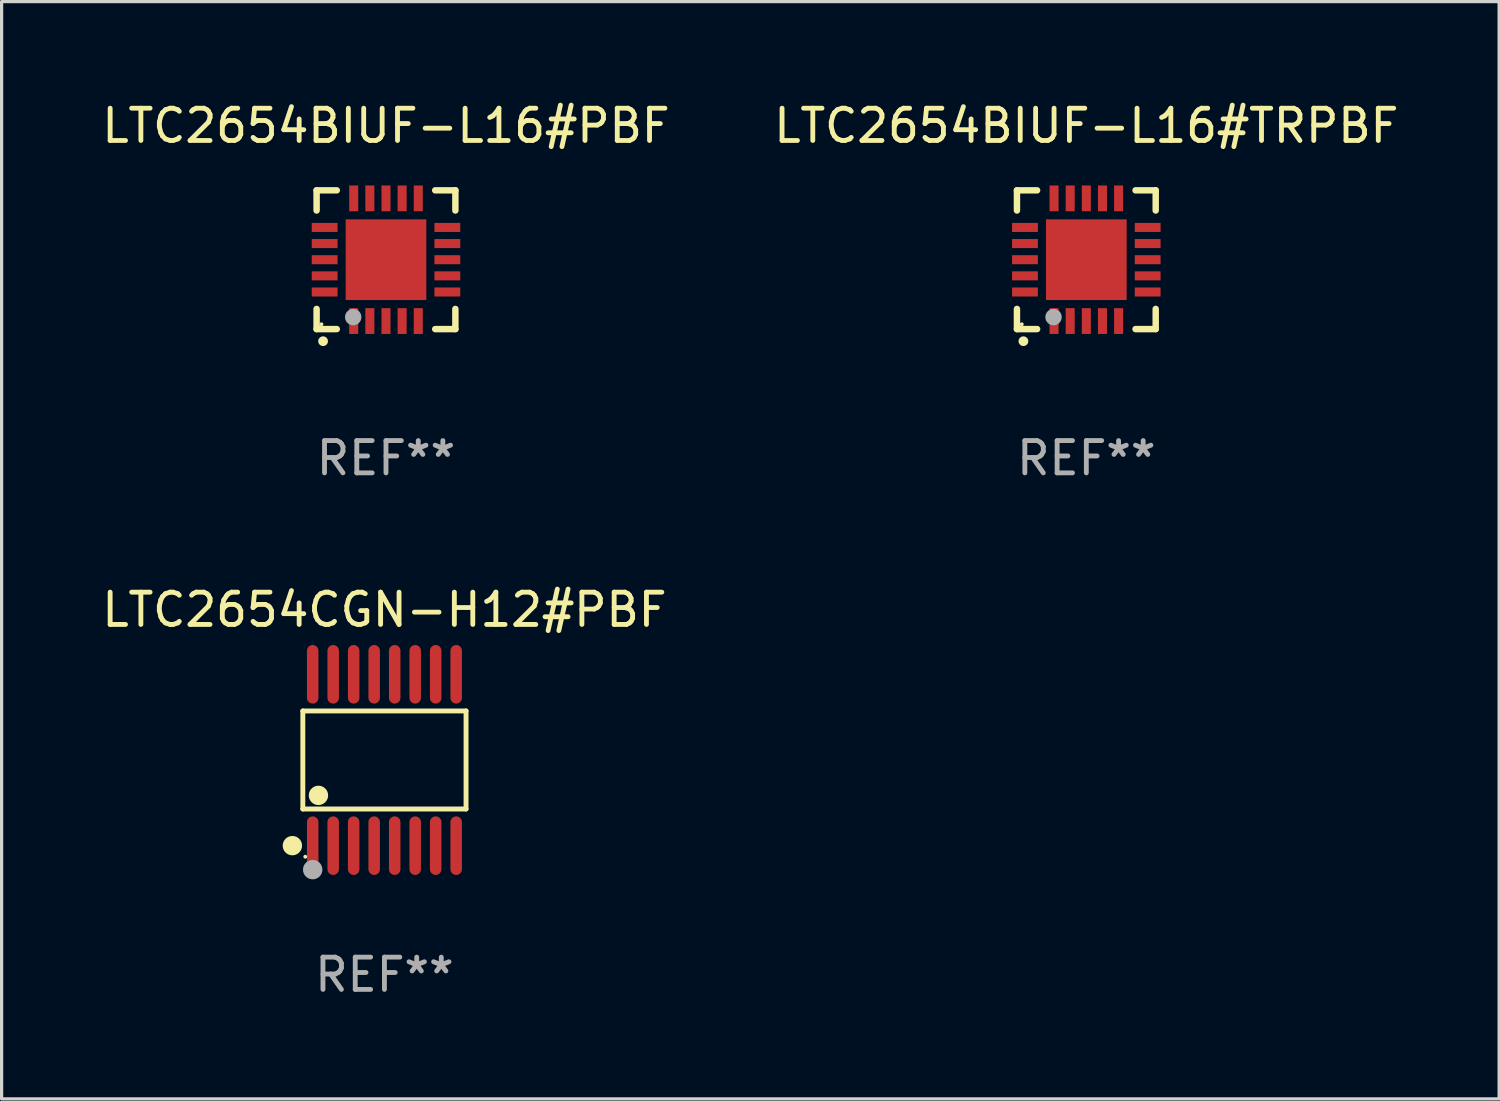
<source format=kicad_pcb>
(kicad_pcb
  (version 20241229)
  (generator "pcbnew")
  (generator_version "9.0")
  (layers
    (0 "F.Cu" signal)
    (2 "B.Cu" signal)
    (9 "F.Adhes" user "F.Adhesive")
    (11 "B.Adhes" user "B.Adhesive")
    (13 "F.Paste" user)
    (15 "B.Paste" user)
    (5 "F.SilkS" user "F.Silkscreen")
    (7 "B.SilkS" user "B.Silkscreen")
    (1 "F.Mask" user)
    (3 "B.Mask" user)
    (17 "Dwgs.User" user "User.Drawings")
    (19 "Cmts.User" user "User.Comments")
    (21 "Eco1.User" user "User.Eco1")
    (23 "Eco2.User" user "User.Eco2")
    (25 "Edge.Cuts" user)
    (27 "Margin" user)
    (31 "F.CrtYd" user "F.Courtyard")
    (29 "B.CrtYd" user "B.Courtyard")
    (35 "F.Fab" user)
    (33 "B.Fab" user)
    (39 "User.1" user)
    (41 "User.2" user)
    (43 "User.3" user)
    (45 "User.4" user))
  (footprint "LTC2654CGN-H12#PBF"
    (layer "F.Cu")
    (at 8.863 20.5)
    (property "Reference" "LTC2654CGN-H12#PBF" (at 0 -4.655 0) (layer "F.SilkS") (effects (font (size 1 1) (thickness 0.15))))
    (attr through_hole)
    (fp_line (start -2.529 -1.519) (end 2.529 -1.519) (stroke (width 0.152) (type solid)) (layer "F.SilkS"))
    (fp_line (start -2.529 1.519) (end -2.529 -1.519) (stroke (width 0.152) (type solid)) (layer "F.SilkS"))
    (fp_line (start 2.529 -1.519) (end 2.529 1.519) (stroke (width 0.152) (type solid)) (layer "F.SilkS"))
    (fp_line (start 2.529 1.519) (end -2.529 1.519) (stroke (width 0.152) (type solid)) (layer "F.SilkS"))
    (fp_circle (center -2.853 2.655) (end -2.703 2.655) (stroke (width 0.3) (type solid)) (fill no) (layer "F.SilkS"))
    (fp_circle (center -2.453 2.998) (end -2.423 2.998) (stroke (width 0.06) (type solid)) (fill no) (layer "F.SilkS"))
    (fp_circle (center -2.045 1.097) (end -1.895 1.097) (stroke (width 0.3) (type solid)) (fill no) (layer "F.SilkS"))
    (fp_circle (center -2.223 3.398) (end -2.072 3.398) (stroke (width 0.3) (type solid)) (fill no) (layer "F.Fab"))
    (fp_text user "REF**" (at 0 6.655 0) (layer "F.Fab") (effects (font (size 1 1) (thickness 0.15))))
    (pad "1" smd oval (at -2.223 2.655) (size 0.356 1.815) (layers "F.Cu" "F.Mask" "F.Paste"))
    (pad "2" smd oval (at -1.588 2.655) (size 0.356 1.815) (layers "F.Cu" "F.Mask" "F.Paste"))
    (pad "3" smd oval (at -0.953 2.655) (size 0.356 1.815) (layers "F.Cu" "F.Mask" "F.Paste"))
    (pad "4" smd oval (at -0.318 2.655) (size 0.356 1.815) (layers "F.Cu" "F.Mask" "F.Paste"))
    (pad "5" smd oval (at 0.318 2.655) (size 0.356 1.815) (layers "F.Cu" "F.Mask" "F.Paste"))
    (pad "6" smd oval (at 0.953 2.655) (size 0.356 1.815) (layers "F.Cu" "F.Mask" "F.Paste"))
    (pad "7" smd oval (at 1.588 2.655) (size 0.356 1.815) (layers "F.Cu" "F.Mask" "F.Paste"))
    (pad "8" smd oval (at 2.223 2.655) (size 0.356 1.815) (layers "F.Cu" "F.Mask" "F.Paste"))
    (pad "9" smd oval (at 2.223 -2.655) (size 0.356 1.815) (layers "F.Cu" "F.Mask" "F.Paste"))
    (pad "10" smd oval (at 1.588 -2.655) (size 0.356 1.815) (layers "F.Cu" "F.Mask" "F.Paste"))
    (pad "11" smd oval (at 0.953 -2.655) (size 0.356 1.815) (layers "F.Cu" "F.Mask" "F.Paste"))
    (pad "12" smd oval (at 0.318 -2.655) (size 0.356 1.815) (layers "F.Cu" "F.Mask" "F.Paste"))
    (pad "13" smd oval (at -0.318 -2.655) (size 0.356 1.815) (layers "F.Cu" "F.Mask" "F.Paste"))
    (pad "14" smd oval (at -0.953 -2.655) (size 0.356 1.815) (layers "F.Cu" "F.Mask" "F.Paste"))
    (pad "15" smd oval (at -1.588 -2.655) (size 0.356 1.815) (layers "F.Cu" "F.Mask" "F.Paste"))
    (pad "16" smd oval (at -2.223 -2.655) (size 0.356 1.815) (layers "F.Cu" "F.Mask" "F.Paste")))
  (footprint "LTC2654BIUF-L16#TRPBF"
    (layer "F.Cu")
    (at 30.613 4.998)
    (property "Reference" "LTC2654BIUF-L16#TRPBF" (at 0 -4.15 0) (layer "F.SilkS") (effects (font (size 1 1) (thickness 0.15))))
    (attr through_hole)
    (fp_line (start -2.15 -2.15) (end -2.15 -1.525) (stroke (width 0.2) (type solid)) (layer "F.SilkS"))
    (fp_line (start -2.15 2.15) (end -2.15 1.525) (stroke (width 0.2) (type solid)) (layer "F.SilkS"))
    (fp_line (start -1.525 -2.15) (end -2.15 -2.15) (stroke (width 0.2) (type solid)) (layer "F.SilkS"))
    (fp_line (start -1.525 2.15) (end -2.15 2.15) (stroke (width 0.2) (type solid)) (layer "F.SilkS"))
    (fp_line (start 1.525 2.15) (end 2.15 2.15) (stroke (width 0.2) (type solid)) (layer "F.SilkS"))
    (fp_line (start 2.15 -2.15) (end 1.525 -2.15) (stroke (width 0.2) (type solid)) (layer "F.SilkS"))
    (fp_line (start 2.15 -1.525) (end 2.15 -2.15) (stroke (width 0.2) (type solid)) (layer "F.SilkS"))
    (fp_line (start 2.15 2.15) (end 2.15 1.525) (stroke (width 0.2) (type solid)) (layer "F.SilkS"))
    (fp_arc (start -1.950724 2.524765) (mid -1.949454 2.52476) (end -1.948184 2.524765) (stroke (width 0.3) (type solid)) (layer "F.SilkS"))
    (fp_circle (center -2.001 2.001) (end -1.971 2.001) (stroke (width 0.06) (type solid)) (fill no) (layer "F.SilkS"))
    (fp_circle (center -1.016 1.778) (end -0.889 1.778) (stroke (width 0.254) (type solid)) (fill no) (layer "F.Fab"))
    (fp_text user "REF**" (at 0 6.15 0) (layer "F.Fab") (effects (font (size 1 1) (thickness 0.15))))
    (pad "1" smd rect (at -1 1.901) (size 0.28 0.8) (layers "F.Cu" "F.Mask" "F.Paste"))
    (pad "2" smd rect (at -0.5 1.901) (size 0.28 0.8) (layers "F.Cu" "F.Mask" "F.Paste"))
    (pad "3" smd rect (at 0 1.901) (size 0.28 0.8) (layers "F.Cu" "F.Mask" "F.Paste"))
    (pad "4" smd rect (at 0.5 1.901) (size 0.28 0.8) (layers "F.Cu" "F.Mask" "F.Paste"))
    (pad "5" smd rect (at 1 1.901) (size 0.28 0.8) (layers "F.Cu" "F.Mask" "F.Paste"))
    (pad "6" smd rect (at 1.901 1) (size 0.8 0.28) (layers "F.Cu" "F.Mask" "F.Paste"))
    (pad "7" smd rect (at 1.901 0.5) (size 0.8 0.28) (layers "F.Cu" "F.Mask" "F.Paste"))
    (pad "8" smd rect (at 1.901 0) (size 0.8 0.28) (layers "F.Cu" "F.Mask" "F.Paste"))
    (pad "9" smd rect (at 1.901 -0.5) (size 0.8 0.28) (layers "F.Cu" "F.Mask" "F.Paste"))
    (pad "10" smd rect (at 1.901 -1) (size 0.8 0.28) (layers "F.Cu" "F.Mask" "F.Paste"))
    (pad "11" smd rect (at 1 -1.901) (size 0.28 0.8) (layers "F.Cu" "F.Mask" "F.Paste"))
    (pad "12" smd rect (at 0.5 -1.901) (size 0.28 0.8) (layers "F.Cu" "F.Mask" "F.Paste"))
    (pad "13" smd rect (at 0 -1.901) (size 0.28 0.8) (layers "F.Cu" "F.Mask" "F.Paste"))
    (pad "14" smd rect (at -0.5 -1.901) (size 0.28 0.8) (layers "F.Cu" "F.Mask" "F.Paste"))
    (pad "15" smd rect (at -1 -1.901) (size 0.28 0.8) (layers "F.Cu" "F.Mask" "F.Paste"))
    (pad "16" smd rect (at -1.901 -1) (size 0.8 0.28) (layers "F.Cu" "F.Mask" "F.Paste"))
    (pad "17" smd rect (at -1.901 -0.5) (size 0.8 0.28) (layers "F.Cu" "F.Mask" "F.Paste"))
    (pad "18" smd rect (at -1.901 0) (size 0.8 0.28) (layers "F.Cu" "F.Mask" "F.Paste"))
    (pad "19" smd rect (at -1.901 0.5) (size 0.8 0.28) (layers "F.Cu" "F.Mask" "F.Paste"))
    (pad "20" smd rect (at -1.901 1) (size 0.8 0.28) (layers "F.Cu" "F.Mask" "F.Paste"))
    (pad "21" smd rect (at 0 0) (size 2.5 2.5) (layers "F.Cu" "F.Mask" "F.Paste")))
  (footprint "LTC2654BIUF-L16#PBF"
    (layer "F.Cu")
    (at 8.911 4.998)
    (property "Reference" "LTC2654BIUF-L16#PBF" (at 0 -4.15 0) (layer "F.SilkS") (effects (font (size 1 1) (thickness 0.15))))
    (attr through_hole)
    (fp_line (start -2.15 -2.15) (end -2.15 -1.525) (stroke (width 0.2) (type solid)) (layer "F.SilkS"))
    (fp_line (start -2.15 2.15) (end -2.15 1.525) (stroke (width 0.2) (type solid)) (layer "F.SilkS"))
    (fp_line (start -1.525 -2.15) (end -2.15 -2.15) (stroke (width 0.2) (type solid)) (layer "F.SilkS"))
    (fp_line (start -1.525 2.15) (end -2.15 2.15) (stroke (width 0.2) (type solid)) (layer "F.SilkS"))
    (fp_line (start 1.525 2.15) (end 2.15 2.15) (stroke (width 0.2) (type solid)) (layer "F.SilkS"))
    (fp_line (start 2.15 -2.15) (end 1.525 -2.15) (stroke (width 0.2) (type solid)) (layer "F.SilkS"))
    (fp_line (start 2.15 -1.525) (end 2.15 -2.15) (stroke (width 0.2) (type solid)) (layer "F.SilkS"))
    (fp_line (start 2.15 2.15) (end 2.15 1.525) (stroke (width 0.2) (type solid)) (layer "F.SilkS"))
    (fp_arc (start -1.950724 2.524765) (mid -1.949454 2.52476) (end -1.948184 2.524765) (stroke (width 0.3) (type solid)) (layer "F.SilkS"))
    (fp_circle (center -2.001 2.001) (end -1.971 2.001) (stroke (width 0.06) (type solid)) (fill no) (layer "F.SilkS"))
    (fp_circle (center -1.016 1.778) (end -0.889 1.778) (stroke (width 0.254) (type solid)) (fill no) (layer "F.Fab"))
    (fp_text user "REF**" (at 0 6.15 0) (layer "F.Fab") (effects (font (size 1 1) (thickness 0.15))))
    (pad "1" smd rect (at -1 1.901) (size 0.28 0.8) (layers "F.Cu" "F.Mask" "F.Paste"))
    (pad "2" smd rect (at -0.5 1.901) (size 0.28 0.8) (layers "F.Cu" "F.Mask" "F.Paste"))
    (pad "3" smd rect (at 0 1.901) (size 0.28 0.8) (layers "F.Cu" "F.Mask" "F.Paste"))
    (pad "4" smd rect (at 0.5 1.901) (size 0.28 0.8) (layers "F.Cu" "F.Mask" "F.Paste"))
    (pad "5" smd rect (at 1 1.901) (size 0.28 0.8) (layers "F.Cu" "F.Mask" "F.Paste"))
    (pad "6" smd rect (at 1.901 1) (size 0.8 0.28) (layers "F.Cu" "F.Mask" "F.Paste"))
    (pad "7" smd rect (at 1.901 0.5) (size 0.8 0.28) (layers "F.Cu" "F.Mask" "F.Paste"))
    (pad "8" smd rect (at 1.901 0) (size 0.8 0.28) (layers "F.Cu" "F.Mask" "F.Paste"))
    (pad "9" smd rect (at 1.901 -0.5) (size 0.8 0.28) (layers "F.Cu" "F.Mask" "F.Paste"))
    (pad "10" smd rect (at 1.901 -1) (size 0.8 0.28) (layers "F.Cu" "F.Mask" "F.Paste"))
    (pad "11" smd rect (at 1 -1.901) (size 0.28 0.8) (layers "F.Cu" "F.Mask" "F.Paste"))
    (pad "12" smd rect (at 0.5 -1.901) (size 0.28 0.8) (layers "F.Cu" "F.Mask" "F.Paste"))
    (pad "13" smd rect (at 0 -1.901) (size 0.28 0.8) (layers "F.Cu" "F.Mask" "F.Paste"))
    (pad "14" smd rect (at -0.5 -1.901) (size 0.28 0.8) (layers "F.Cu" "F.Mask" "F.Paste"))
    (pad "15" smd rect (at -1 -1.901) (size 0.28 0.8) (layers "F.Cu" "F.Mask" "F.Paste"))
    (pad "16" smd rect (at -1.901 -1) (size 0.8 0.28) (layers "F.Cu" "F.Mask" "F.Paste"))
    (pad "17" smd rect (at -1.901 -0.5) (size 0.8 0.28) (layers "F.Cu" "F.Mask" "F.Paste"))
    (pad "18" smd rect (at -1.901 0) (size 0.8 0.28) (layers "F.Cu" "F.Mask" "F.Paste"))
    (pad "19" smd rect (at -1.901 0.5) (size 0.8 0.28) (layers "F.Cu" "F.Mask" "F.Paste"))
    (pad "20" smd rect (at -1.901 1) (size 0.8 0.28) (layers "F.Cu" "F.Mask" "F.Paste"))
    (pad "21" smd rect (at 0 0) (size 2.5 2.5) (layers "F.Cu" "F.Mask" "F.Paste")))
  (gr_rect
    (start -3 -3)
    (end 43.405 31.003)
    (stroke (width 0.1) (type default))
    (fill no)
    (layer "Edge.Cuts")))
</source>
